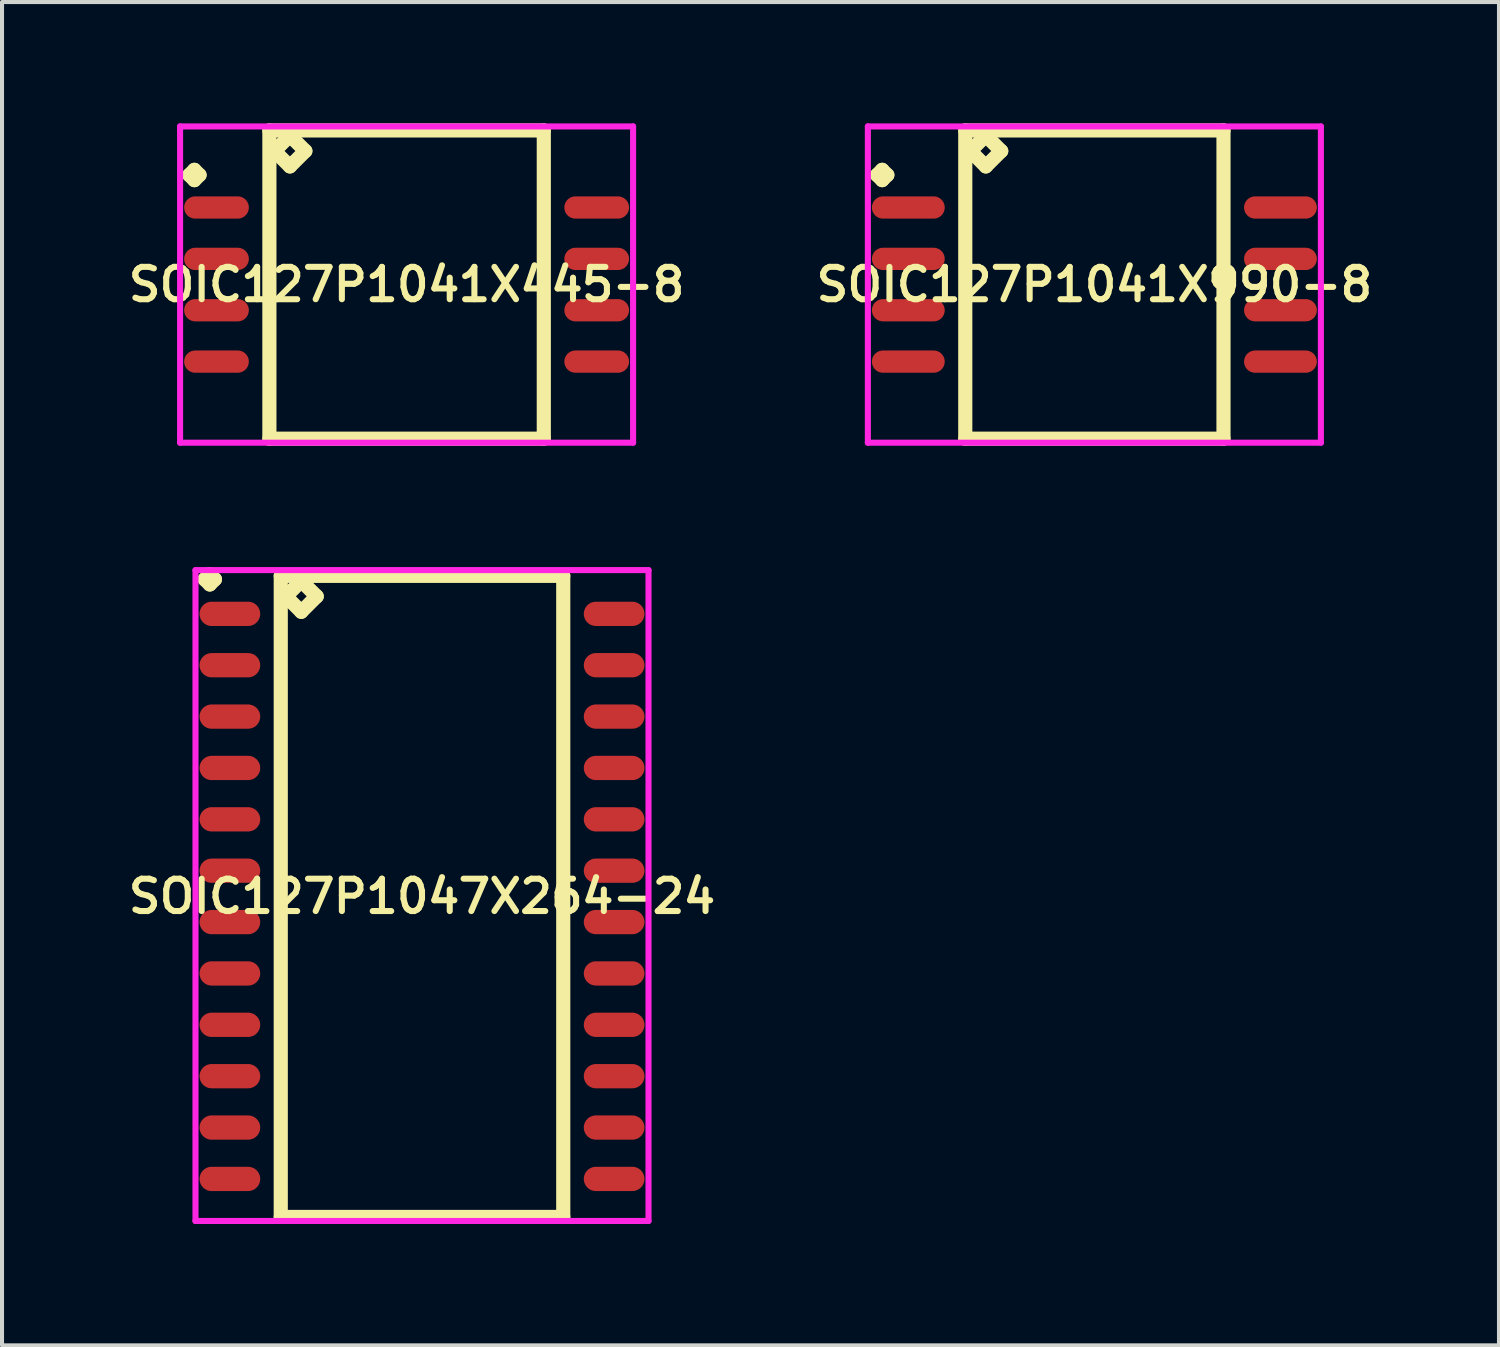
<source format=kicad_pcb>
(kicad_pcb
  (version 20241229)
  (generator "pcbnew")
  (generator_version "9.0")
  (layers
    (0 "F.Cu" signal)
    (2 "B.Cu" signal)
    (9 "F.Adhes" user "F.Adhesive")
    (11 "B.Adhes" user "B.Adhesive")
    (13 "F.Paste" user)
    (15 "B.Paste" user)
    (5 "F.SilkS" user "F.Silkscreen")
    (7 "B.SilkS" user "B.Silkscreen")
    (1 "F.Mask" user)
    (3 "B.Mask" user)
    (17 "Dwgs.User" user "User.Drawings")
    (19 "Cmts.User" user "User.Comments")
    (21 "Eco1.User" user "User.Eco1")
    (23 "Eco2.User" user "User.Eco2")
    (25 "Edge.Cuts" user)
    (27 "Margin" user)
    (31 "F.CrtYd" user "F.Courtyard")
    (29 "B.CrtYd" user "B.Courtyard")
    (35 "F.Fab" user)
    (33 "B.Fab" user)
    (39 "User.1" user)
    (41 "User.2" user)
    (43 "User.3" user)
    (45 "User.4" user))
  (footprint "SOIC127P1041X445-8"
    (layer "F.Cu")
    (at 7.002 3.985)
    (property "Reference" "SOIC127P1041X445-8" (at 0 0 0) (layer "F.SilkS") (effects (font (size 0.8 0.8) (thickness 0.15))))
    (attr through_hole)
    (fp_line (start -5.373 -2.709) (end -5.246 -2.836) (stroke (width 0.35) (type solid)) (layer "F.SilkS"))
    (fp_line (start -5.246 -2.836) (end -5.119 -2.709) (stroke (width 0.35) (type solid)) (layer "F.SilkS"))
    (fp_line (start -5.246 -2.582) (end -5.373 -2.709) (stroke (width 0.35) (type solid)) (layer "F.SilkS"))
    (fp_line (start -5.119 -2.709) (end -5.246 -2.582) (stroke (width 0.35) (type solid)) (layer "F.SilkS"))
    (fp_line (start -3.392 -3.81) (end -3.392 3.81) (stroke (width 0.35) (type solid)) (layer "F.SilkS"))
    (fp_line (start -3.392 3.81) (end 3.392 3.81) (stroke (width 0.35) (type solid)) (layer "F.SilkS"))
    (fp_line (start -3.265 -3.302) (end -2.884 -3.683) (stroke (width 0.35) (type solid)) (layer "F.SilkS"))
    (fp_line (start -2.884 -3.683) (end -2.503 -3.302) (stroke (width 0.35) (type solid)) (layer "F.SilkS"))
    (fp_line (start -2.884 -2.921) (end -3.265 -3.302) (stroke (width 0.35) (type solid)) (layer "F.SilkS"))
    (fp_line (start -2.503 -3.302) (end -2.884 -2.921) (stroke (width 0.35) (type solid)) (layer "F.SilkS"))
    (fp_line (start 3.392 -3.81) (end -3.392 -3.81) (stroke (width 0.35) (type solid)) (layer "F.SilkS"))
    (fp_line (start 3.392 3.81) (end 3.392 -3.81) (stroke (width 0.35) (type solid)) (layer "F.SilkS"))
    (fp_line (start -5.6 -3.91) (end 5.6 -3.91) (stroke (width 0.15) (type solid)) (layer "F.CrtYd"))
    (fp_line (start -5.6 3.91) (end -5.6 -3.91) (stroke (width 0.15) (type solid)) (layer "F.CrtYd"))
    (fp_line (start 5.6 -3.91) (end 5.6 3.91) (stroke (width 0.15) (type solid)) (layer "F.CrtYd"))
    (fp_line (start 5.6 3.91) (end -5.6 3.91) (stroke (width 0.15) (type solid)) (layer "F.CrtYd"))
    (pad "1" smd oval (at -4.7 -1.905) (size 1.6 0.55) (layers "F.Cu" "F.Mask" "F.Paste"))
    (pad "2" smd oval (at -4.7 -0.635) (size 1.6 0.55) (layers "F.Cu" "F.Mask" "F.Paste"))
    (pad "3" smd oval (at -4.7 0.635) (size 1.6 0.55) (layers "F.Cu" "F.Mask" "F.Paste"))
    (pad "4" smd oval (at -4.7 1.905) (size 1.6 0.55) (layers "F.Cu" "F.Mask" "F.Paste"))
    (pad "5" smd oval (at 4.7 1.905) (size 1.6 0.55) (layers "F.Cu" "F.Mask" "F.Paste"))
    (pad "6" smd oval (at 4.7 0.635) (size 1.6 0.55) (layers "F.Cu" "F.Mask" "F.Paste"))
    (pad "7" smd oval (at 4.7 -0.635) (size 1.6 0.55) (layers "F.Cu" "F.Mask" "F.Paste"))
    (pad "8" smd oval (at 4.7 -1.905) (size 1.6 0.55) (layers "F.Cu" "F.Mask" "F.Paste")))
  (footprint "SOIC127P1041X990-8"
    (layer "F.Cu")
    (at 24.006 3.985)
    (property "Reference" "SOIC127P1041X990-8" (at 0 0 0) (layer "F.SilkS") (effects (font (size 0.8 0.8) (thickness 0.15))))
    (attr through_hole)
    (fp_line (start -5.373 -2.709) (end -5.246 -2.836) (stroke (width 0.35) (type solid)) (layer "F.SilkS"))
    (fp_line (start -5.246 -2.836) (end -5.119 -2.709) (stroke (width 0.35) (type solid)) (layer "F.SilkS"))
    (fp_line (start -5.246 -2.582) (end -5.373 -2.709) (stroke (width 0.35) (type solid)) (layer "F.SilkS"))
    (fp_line (start -5.119 -2.709) (end -5.246 -2.582) (stroke (width 0.35) (type solid)) (layer "F.SilkS"))
    (fp_line (start -3.192 -3.81) (end -3.192 3.81) (stroke (width 0.35) (type solid)) (layer "F.SilkS"))
    (fp_line (start -3.192 3.81) (end 3.192 3.81) (stroke (width 0.35) (type solid)) (layer "F.SilkS"))
    (fp_line (start -3.065 -3.302) (end -2.684 -3.683) (stroke (width 0.35) (type solid)) (layer "F.SilkS"))
    (fp_line (start -2.684 -3.683) (end -2.303 -3.302) (stroke (width 0.35) (type solid)) (layer "F.SilkS"))
    (fp_line (start -2.684 -2.921) (end -3.065 -3.302) (stroke (width 0.35) (type solid)) (layer "F.SilkS"))
    (fp_line (start -2.303 -3.302) (end -2.684 -2.921) (stroke (width 0.35) (type solid)) (layer "F.SilkS"))
    (fp_line (start 3.192 -3.81) (end -3.192 -3.81) (stroke (width 0.35) (type solid)) (layer "F.SilkS"))
    (fp_line (start 3.192 3.81) (end 3.192 -3.81) (stroke (width 0.35) (type solid)) (layer "F.SilkS"))
    (fp_line (start -5.6 -3.91) (end 5.6 -3.91) (stroke (width 0.15) (type solid)) (layer "F.CrtYd"))
    (fp_line (start -5.6 3.91) (end -5.6 -3.91) (stroke (width 0.15) (type solid)) (layer "F.CrtYd"))
    (fp_line (start 5.6 -3.91) (end 5.6 3.91) (stroke (width 0.15) (type solid)) (layer "F.CrtYd"))
    (fp_line (start 5.6 3.91) (end -5.6 3.91) (stroke (width 0.15) (type solid)) (layer "F.CrtYd"))
    (pad "1" smd oval (at -4.6 -1.905) (size 1.8 0.55) (layers "F.Cu" "F.Mask" "F.Paste"))
    (pad "2" smd oval (at -4.6 -0.635) (size 1.8 0.55) (layers "F.Cu" "F.Mask" "F.Paste"))
    (pad "3" smd oval (at -4.6 0.635) (size 1.8 0.55) (layers "F.Cu" "F.Mask" "F.Paste"))
    (pad "4" smd oval (at -4.6 1.905) (size 1.8 0.55) (layers "F.Cu" "F.Mask" "F.Paste"))
    (pad "5" smd oval (at 4.6 1.905) (size 1.8 0.55) (layers "F.Cu" "F.Mask" "F.Paste"))
    (pad "6" smd oval (at 4.6 0.635) (size 1.8 0.55) (layers "F.Cu" "F.Mask" "F.Paste"))
    (pad "7" smd oval (at 4.6 -0.635) (size 1.8 0.55) (layers "F.Cu" "F.Mask" "F.Paste"))
    (pad "8" smd oval (at 4.6 -1.905) (size 1.8 0.55) (layers "F.Cu" "F.Mask" "F.Paste")))
  (footprint "SOIC127P1047X264-24"
    (layer "F.Cu")
    (at 7.383 19.111)
    (property "Reference" "SOIC127P1047X264-24" (at 0 0 0) (layer "F.SilkS") (effects (font (size 0.8 0.8) (thickness 0.15))))
    (attr smd)
    (fp_line (start -5.373 -7.839) (end -5.246 -7.966) (stroke (width 0.35) (type solid)) (layer "F.SilkS"))
    (fp_line (start -5.246 -7.966) (end -5.119 -7.839) (stroke (width 0.35) (type solid)) (layer "F.SilkS"))
    (fp_line (start -5.246 -7.712) (end -5.373 -7.839) (stroke (width 0.35) (type solid)) (layer "F.SilkS"))
    (fp_line (start -5.119 -7.839) (end -5.246 -7.712) (stroke (width 0.35) (type solid)) (layer "F.SilkS"))
    (fp_line (start -3.492 -7.925) (end -3.492 7.925) (stroke (width 0.35) (type solid)) (layer "F.SilkS"))
    (fp_line (start -3.492 7.925) (end 3.492 7.925) (stroke (width 0.35) (type solid)) (layer "F.SilkS"))
    (fp_line (start -3.365 -7.417) (end -2.984 -7.798) (stroke (width 0.35) (type solid)) (layer "F.SilkS"))
    (fp_line (start -2.984 -7.798) (end -2.603 -7.417) (stroke (width 0.35) (type solid)) (layer "F.SilkS"))
    (fp_line (start -2.984 -7.036) (end -3.365 -7.417) (stroke (width 0.35) (type solid)) (layer "F.SilkS"))
    (fp_line (start -2.603 -7.417) (end -2.984 -7.036) (stroke (width 0.35) (type solid)) (layer "F.SilkS"))
    (fp_line (start 3.492 -7.925) (end -3.492 -7.925) (stroke (width 0.35) (type solid)) (layer "F.SilkS"))
    (fp_line (start 3.492 7.925) (end 3.492 -7.925) (stroke (width 0.35) (type solid)) (layer "F.SilkS"))
    (fp_line (start -5.6 -8.066) (end 5.6 -8.066) (stroke (width 0.15) (type solid)) (layer "F.CrtYd"))
    (fp_line (start -5.6 8.025) (end -5.6 -8.066) (stroke (width 0.15) (type solid)) (layer "F.CrtYd"))
    (fp_line (start 5.6 -8.066) (end 5.6 8.025) (stroke (width 0.15) (type solid)) (layer "F.CrtYd"))
    (fp_line (start 5.6 8.025) (end -5.6 8.025) (stroke (width 0.15) (type solid)) (layer "F.CrtYd"))
    (pad "1" smd oval (at -4.75 -6.985) (size 1.5 0.6) (layers "F.Cu" "F.Mask" "F.Paste"))
    (pad "2" smd oval (at -4.75 -5.715) (size 1.5 0.6) (layers "F.Cu" "F.Mask" "F.Paste"))
    (pad "3" smd oval (at -4.75 -4.445) (size 1.5 0.6) (layers "F.Cu" "F.Mask" "F.Paste"))
    (pad "4" smd oval (at -4.75 -3.175) (size 1.5 0.6) (layers "F.Cu" "F.Mask" "F.Paste"))
    (pad "5" smd oval (at -4.75 -1.905) (size 1.5 0.6) (layers "F.Cu" "F.Mask" "F.Paste"))
    (pad "6" smd oval (at -4.75 -0.635) (size 1.5 0.6) (layers "F.Cu" "F.Mask" "F.Paste"))
    (pad "7" smd oval (at -4.75 0.635) (size 1.5 0.6) (layers "F.Cu" "F.Mask" "F.Paste"))
    (pad "8" smd oval (at -4.75 1.905) (size 1.5 0.6) (layers "F.Cu" "F.Mask" "F.Paste"))
    (pad "9" smd oval (at -4.75 3.175) (size 1.5 0.6) (layers "F.Cu" "F.Mask" "F.Paste"))
    (pad "10" smd oval (at -4.75 4.445) (size 1.5 0.6) (layers "F.Cu" "F.Mask" "F.Paste"))
    (pad "11" smd oval (at -4.75 5.715) (size 1.5 0.6) (layers "F.Cu" "F.Mask" "F.Paste"))
    (pad "12" smd oval (at -4.75 6.985) (size 1.5 0.6) (layers "F.Cu" "F.Mask" "F.Paste"))
    (pad "13" smd oval (at 4.75 6.985) (size 1.5 0.6) (layers "F.Cu" "F.Mask" "F.Paste"))
    (pad "14" smd oval (at 4.75 5.715) (size 1.5 0.6) (layers "F.Cu" "F.Mask" "F.Paste"))
    (pad "15" smd oval (at 4.75 4.445) (size 1.5 0.6) (layers "F.Cu" "F.Mask" "F.Paste"))
    (pad "16" smd oval (at 4.75 3.175) (size 1.5 0.6) (layers "F.Cu" "F.Mask" "F.Paste"))
    (pad "17" smd oval (at 4.75 1.905) (size 1.5 0.6) (layers "F.Cu" "F.Mask" "F.Paste"))
    (pad "18" smd oval (at 4.75 0.635) (size 1.5 0.6) (layers "F.Cu" "F.Mask" "F.Paste"))
    (pad "19" smd oval (at 4.75 -0.635) (size 1.5 0.6) (layers "F.Cu" "F.Mask" "F.Paste"))
    (pad "20" smd oval (at 4.75 -1.905) (size 1.5 0.6) (layers "F.Cu" "F.Mask" "F.Paste"))
    (pad "21" smd oval (at 4.75 -3.175) (size 1.5 0.6) (layers "F.Cu" "F.Mask" "F.Paste"))
    (pad "22" smd oval (at 4.75 -4.445) (size 1.5 0.6) (layers "F.Cu" "F.Mask" "F.Paste"))
    (pad "23" smd oval (at 4.75 -5.715) (size 1.5 0.6) (layers "F.Cu" "F.Mask" "F.Paste"))
    (pad "24" smd oval (at 4.75 -6.985) (size 1.5 0.6) (layers "F.Cu" "F.Mask" "F.Paste")))
  (gr_rect
    (start -3 -3)
    (end 34.009 30.211)
    (stroke (width 0.1) (type default))
    (fill no)
    (layer "Edge.Cuts")))
</source>
